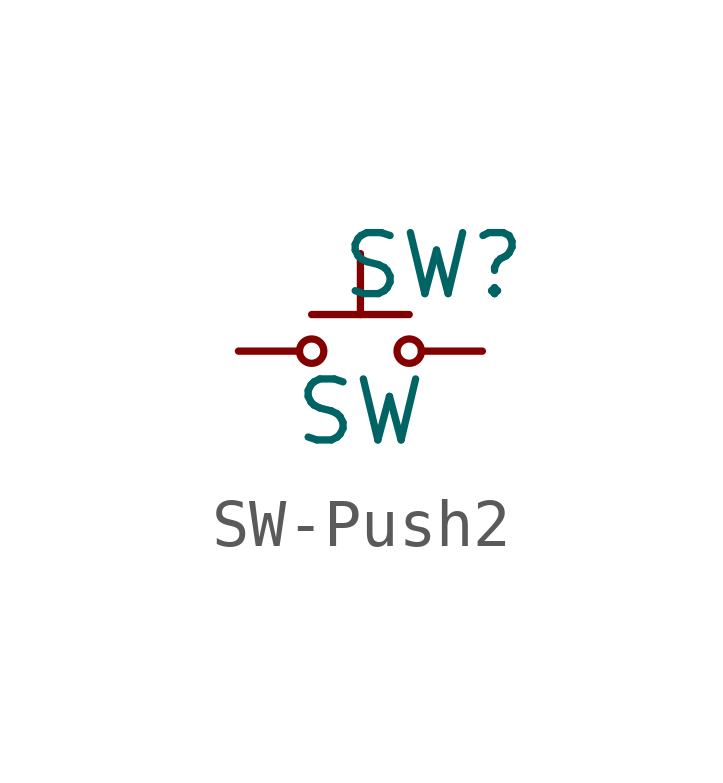
<source format=kicad_sym>
(kicad_symbol_lib
  (version 20231120)
  (generator "kicad_symbol_editor")
  (generator_version "8.0")
  (symbol "SW-Push2"
    (pin_numbers hide)
    (pin_names
      (offset 1.016) hide)
    (property "Reference" "SW"
      (at 1.524 1.778 0)
      (effects (font (size 1.27 1.27))))
    (property "Value" "SW"
      (at 0 -1.27 0)
      (effects (font (size 1.27 1.27))))
    (symbol "SW-Push2_0_1"
      (circle (center -1.016 0) (radius 0.254) (stroke (width 0) (type default)) (fill (type none)))
      (polyline (pts (xy 0 0.762) (xy 0 2.032)) (stroke (width 0) (type default)) (fill (type none)))
      (polyline (pts (xy 1.016 0.762) (xy -1.016 0.762)) (stroke (width 0) (type default)) (fill (type none)))
      (circle (center 1.016 0) (radius 0.254) (stroke (width 0) (type default)) (fill (type none))))
    (symbol "SW-Push2_1_1"
      (pin passive line (at -2.54 0 0) (length 1.27) (name "1" (effects (font (size 1.27 1.27)))) (number "1" (effects (font (size 1.27 1.27)))))
      (pin passive line (at 2.54 0 180) (length 1.27) (name "2" (effects (font (size 1.27 1.27)))) (number "2" (effects (font (size 1.27 1.27))))))))
</source>
